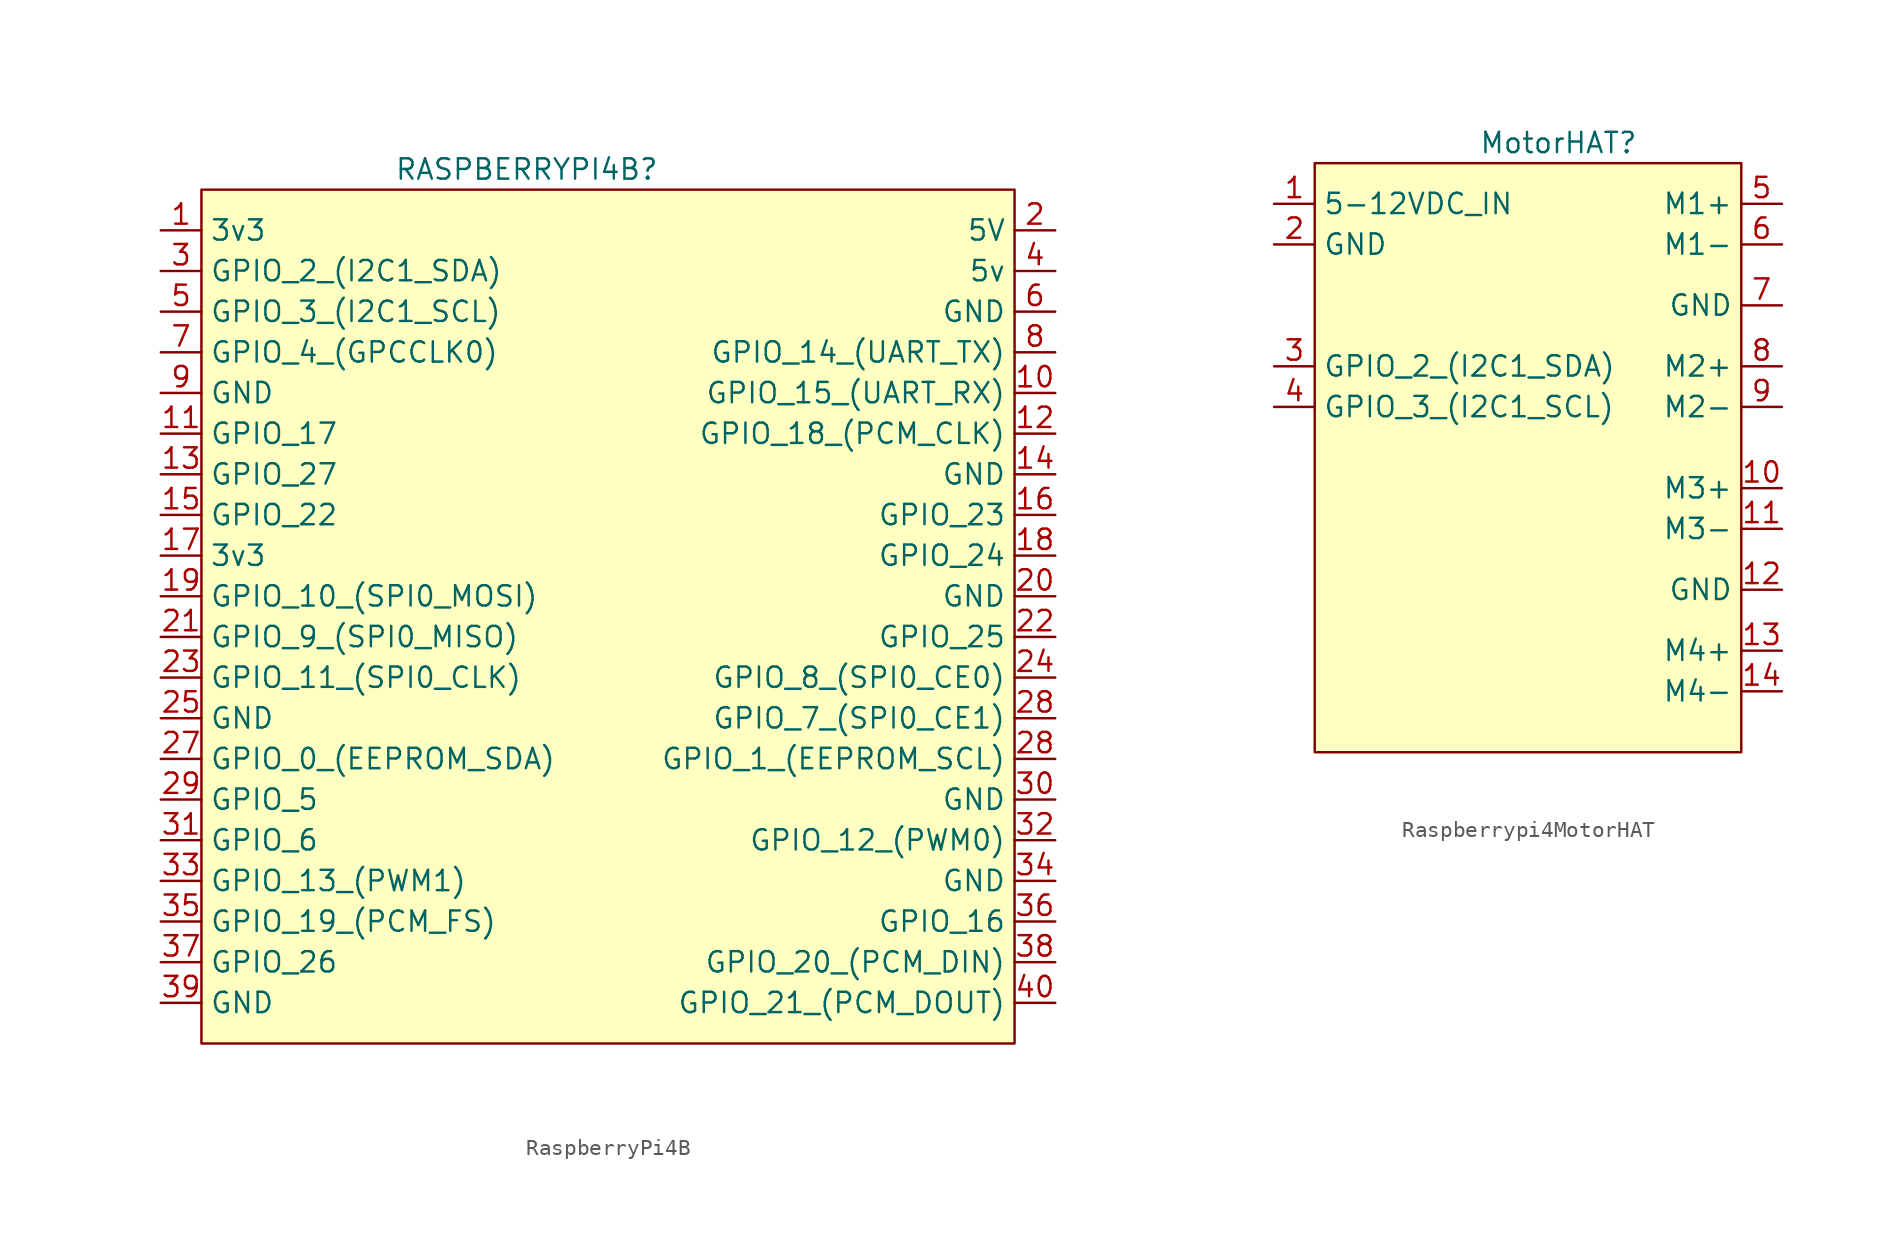
<source format=kicad_sym>
(kicad_symbol_lib
  (version 20220914)
  (generator kicad_symbol_editor)
  (symbol "RaspberryPi4B"
    (property "Reference" "RASPBERRYPI4B"
      (at 13.97 20.32 0)
      (effects (font (size 1.27 1.27))))
    (property "Value" ""
      (at 0 0 0)
      (effects (font (size 1.27 1.27))))
    (symbol "RaspberryPi4B_1_1"
      (rectangle (start -6.35 19.05) (end 44.45 -34.29) (stroke (width 0) (type default)) (fill (type background)))
      (pin output line (at -8.89 16.51 0) (length 2.54) (name "3v3" (effects (font (size 1.27 1.27)))) (number "1" (effects (font (size 1.27 1.27)))))
      (pin bidirectional line (at 46.99 6.35 180) (length 2.54) (name "GPIO_15_(UART_RX)" (effects (font (size 1.27 1.27)))) (number "10" (effects (font (size 1.27 1.27)))))
      (pin bidirectional line (at -8.89 3.81 0) (length 2.54) (name "GPIO_17" (effects (font (size 1.27 1.27)))) (number "11" (effects (font (size 1.27 1.27)))))
      (pin bidirectional line (at 46.99 3.81 180) (length 2.54) (name "GPIO_18_(PCM_CLK)" (effects (font (size 1.27 1.27)))) (number "12" (effects (font (size 1.27 1.27)))))
      (pin bidirectional line (at -8.89 1.27 0) (length 2.54) (name "GPIO_27" (effects (font (size 1.27 1.27)))) (number "13" (effects (font (size 1.27 1.27)))))
      (pin output line (at 46.99 1.27 180) (length 2.54) (name "GND" (effects (font (size 1.27 1.27)))) (number "14" (effects (font (size 1.27 1.27)))))
      (pin bidirectional line (at -8.89 -1.27 0) (length 2.54) (name "GPIO_22" (effects (font (size 1.27 1.27)))) (number "15" (effects (font (size 1.27 1.27)))))
      (pin bidirectional line (at 46.99 -1.27 180) (length 2.54) (name "GPIO_23" (effects (font (size 1.27 1.27)))) (number "16" (effects (font (size 1.27 1.27)))))
      (pin output line (at -8.89 -3.81 0) (length 2.54) (name "3v3" (effects (font (size 1.27 1.27)))) (number "17" (effects (font (size 1.27 1.27)))))
      (pin bidirectional line (at 46.99 -3.81 180) (length 2.54) (name "GPIO_24" (effects (font (size 1.27 1.27)))) (number "18" (effects (font (size 1.27 1.27)))))
      (pin bidirectional line (at -8.89 -6.35 0) (length 2.54) (name "GPIO_10_(SPI0_MOSI)" (effects (font (size 1.27 1.27)))) (number "19" (effects (font (size 1.27 1.27)))))
      (pin output line (at 46.99 16.51 180) (length 2.54) (name "5V" (effects (font (size 1.27 1.27)))) (number "2" (effects (font (size 1.27 1.27)))))
      (pin output line (at 46.99 -6.35 180) (length 2.54) (name "GND" (effects (font (size 1.27 1.27)))) (number "20" (effects (font (size 1.27 1.27)))))
      (pin bidirectional line (at -8.89 -8.89 0) (length 2.54) (name "GPIO_9_(SPI0_MISO)" (effects (font (size 1.27 1.27)))) (number "21" (effects (font (size 1.27 1.27)))))
      (pin bidirectional line (at 46.99 -8.89 180) (length 2.54) (name "GPIO_25" (effects (font (size 1.27 1.27)))) (number "22" (effects (font (size 1.27 1.27)))))
      (pin bidirectional line (at -8.89 -11.43 0) (length 2.54) (name "GPIO_11_(SPI0_CLK)" (effects (font (size 1.27 1.27)))) (number "23" (effects (font (size 1.27 1.27)))))
      (pin bidirectional line (at 46.99 -11.43 180) (length 2.54) (name "GPIO_8_(SPI0_CE0)" (effects (font (size 1.27 1.27)))) (number "24" (effects (font (size 1.27 1.27)))))
      (pin output line (at -8.89 -13.97 0) (length 2.54) (name "GND" (effects (font (size 1.27 1.27)))) (number "25" (effects (font (size 1.27 1.27)))))
      (pin bidirectional line (at -8.89 -16.51 0) (length 2.54) (name "GPIO_0_(EEPROM_SDA)" (effects (font (size 1.27 1.27)))) (number "27" (effects (font (size 1.27 1.27)))))
      (pin bidirectional line (at 46.99 -16.51 180) (length 2.54) (name "GPIO_1_(EEPROM_SCL)" (effects (font (size 1.27 1.27)))) (number "28" (effects (font (size 1.27 1.27)))))
      (pin bidirectional line (at 46.99 -13.97 180) (length 2.54) (name "GPIO_7_(SPI0_CE1)" (effects (font (size 1.27 1.27)))) (number "28" (effects (font (size 1.27 1.27)))))
      (pin bidirectional line (at -8.89 -19.05 0) (length 2.54) (name "GPIO_5" (effects (font (size 1.27 1.27)))) (number "29" (effects (font (size 1.27 1.27)))))
      (pin bidirectional line (at -8.89 13.97 0) (length 2.54) (name "GPIO_2_(I2C1_SDA)" (effects (font (size 1.27 1.27)))) (number "3" (effects (font (size 1.27 1.27)))))
      (pin output line (at 46.99 -19.05 180) (length 2.54) (name "GND" (effects (font (size 1.27 1.27)))) (number "30" (effects (font (size 1.27 1.27)))))
      (pin bidirectional line (at -8.89 -21.59 0) (length 2.54) (name "GPIO_6" (effects (font (size 1.27 1.27)))) (number "31" (effects (font (size 1.27 1.27)))))
      (pin bidirectional line (at 46.99 -21.59 180) (length 2.54) (name "GPIO_12_(PWM0)" (effects (font (size 1.27 1.27)))) (number "32" (effects (font (size 1.27 1.27)))))
      (pin bidirectional line (at -8.89 -24.13 0) (length 2.54) (name "GPIO_13_(PWM1)" (effects (font (size 1.27 1.27)))) (number "33" (effects (font (size 1.27 1.27)))))
      (pin output line (at 46.99 -24.13 180) (length 2.54) (name "GND" (effects (font (size 1.27 1.27)))) (number "34" (effects (font (size 1.27 1.27)))))
      (pin bidirectional line (at -8.89 -26.67 0) (length 2.54) (name "GPIO_19_(PCM_FS)" (effects (font (size 1.27 1.27)))) (number "35" (effects (font (size 1.27 1.27)))))
      (pin bidirectional line (at 46.99 -26.67 180) (length 2.54) (name "GPIO_16" (effects (font (size 1.27 1.27)))) (number "36" (effects (font (size 1.27 1.27)))))
      (pin bidirectional line (at -8.89 -29.21 0) (length 2.54) (name "GPIO_26" (effects (font (size 1.27 1.27)))) (number "37" (effects (font (size 1.27 1.27)))))
      (pin bidirectional line (at 46.99 -29.21 180) (length 2.54) (name "GPIO_20_(PCM_DIN)" (effects (font (size 1.27 1.27)))) (number "38" (effects (font (size 1.27 1.27)))))
      (pin output line (at -8.89 -31.75 0) (length 2.54) (name "GND" (effects (font (size 1.27 1.27)))) (number "39" (effects (font (size 1.27 1.27)))))
      (pin output line (at 46.99 13.97 180) (length 2.54) (name "5v" (effects (font (size 1.27 1.27)))) (number "4" (effects (font (size 1.27 1.27)))))
      (pin bidirectional line (at 46.99 -31.75 180) (length 2.54) (name "GPIO_21_(PCM_DOUT)" (effects (font (size 1.27 1.27)))) (number "40" (effects (font (size 1.27 1.27)))))
      (pin bidirectional line (at -8.89 11.43 0) (length 2.54) (name "GPIO_3_(I2C1_SCL)" (effects (font (size 1.27 1.27)))) (number "5" (effects (font (size 1.27 1.27)))))
      (pin output line (at 46.99 11.43 180) (length 2.54) (name "GND" (effects (font (size 1.27 1.27)))) (number "6" (effects (font (size 1.27 1.27)))))
      (pin bidirectional line (at -8.89 8.89 0) (length 2.54) (name "GPIO_4_(GPCCLK0)" (effects (font (size 1.27 1.27)))) (number "7" (effects (font (size 1.27 1.27)))))
      (pin bidirectional line (at 46.99 8.89 180) (length 2.54) (name "GPIO_14_(UART_TX)" (effects (font (size 1.27 1.27)))) (number "8" (effects (font (size 1.27 1.27)))))
      (pin output line (at -8.89 6.35 0) (length 2.54) (name "GND" (effects (font (size 1.27 1.27)))) (number "9" (effects (font (size 1.27 1.27)))))))
  (symbol "Raspberrypi4MotorHAT"
    (property "Reference" "MotorHAT"
      (at 2.54 13.97 0)
      (effects (font (size 1.27 1.27))))
    (property "Value" ""
      (at 10.16 13.97 0)
      (effects (font (size 1.27 1.27))))
    (symbol "Raspberrypi4MotorHAT_1_1"
      (rectangle (start -12.7 12.7) (end 13.97 -24.13) (stroke (width 0) (type default)) (fill (type background)))
      (pin input line (at -15.24 10.16 0) (length 2.54) (name "5-12VDC_IN" (effects (font (size 1.27 1.27)))) (number "1" (effects (font (size 1.27 1.27)))))
      (pin output line (at 16.51 -7.62 180) (length 2.54) (name "M3+" (effects (font (size 1.27 1.27)))) (number "10" (effects (font (size 1.27 1.27)))))
      (pin output line (at 16.51 -10.16 180) (length 2.54) (name "M3-" (effects (font (size 1.27 1.27)))) (number "11" (effects (font (size 1.27 1.27)))))
      (pin output line (at 16.51 -13.97 180) (length 2.54) (name "GND" (effects (font (size 1.27 1.27)))) (number "12" (effects (font (size 1.27 1.27)))))
      (pin output line (at 16.51 -17.78 180) (length 2.54) (name "M4+" (effects (font (size 1.27 1.27)))) (number "13" (effects (font (size 1.27 1.27)))))
      (pin output line (at 16.51 -20.32 180) (length 2.54) (name "M4-" (effects (font (size 1.27 1.27)))) (number "14" (effects (font (size 1.27 1.27)))))
      (pin input line (at -15.24 7.62 0) (length 2.54) (name "GND" (effects (font (size 1.27 1.27)))) (number "2" (effects (font (size 1.27 1.27)))))
      (pin bidirectional line (at -15.24 0 0) (length 2.54) (name "GPIO_2_(I2C1_SDA)" (effects (font (size 1.27 1.27)))) (number "3" (effects (font (size 1.27 1.27)))))
      (pin bidirectional line (at -15.24 -2.54 0) (length 2.54) (name "GPIO_3_(I2C1_SCL)" (effects (font (size 1.27 1.27)))) (number "4" (effects (font (size 1.27 1.27)))))
      (pin output line (at 16.51 10.16 180) (length 2.54) (name "M1+" (effects (font (size 1.27 1.27)))) (number "5" (effects (font (size 1.27 1.27)))))
      (pin output line (at 16.51 7.62 180) (length 2.54) (name "M1-" (effects (font (size 1.27 1.27)))) (number "6" (effects (font (size 1.27 1.27)))))
      (pin output line (at 16.51 3.81 180) (length 2.54) (name "GND" (effects (font (size 1.27 1.27)))) (number "7" (effects (font (size 1.27 1.27)))))
      (pin output line (at 16.51 0 180) (length 2.54) (name "M2+" (effects (font (size 1.27 1.27)))) (number "8" (effects (font (size 1.27 1.27)))))
      (pin output line (at 16.51 -2.54 180) (length 2.54) (name "M2-" (effects (font (size 1.27 1.27)))) (number "9" (effects (font (size 1.27 1.27))))))))
</source>
